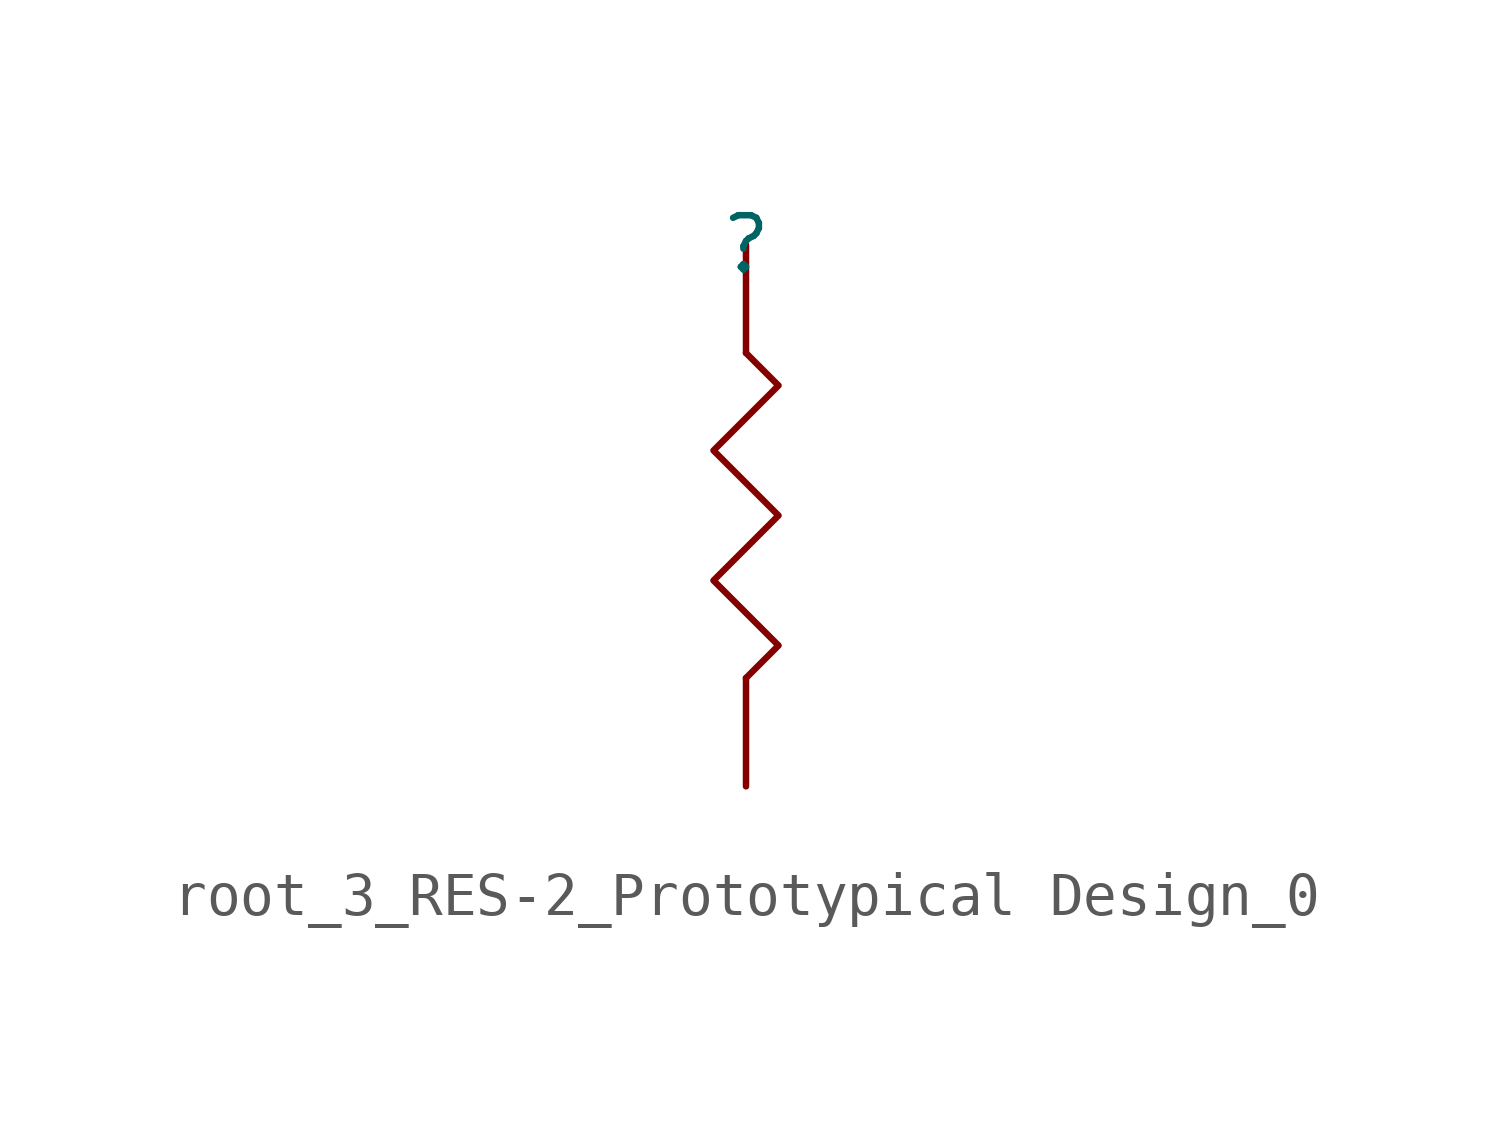
<source format=kicad_sym>
(kicad_symbol_lib
  (version 20241209)
  (generator "kicad_symbol_editor")
  (generator_version "9.0")
  (symbol "root_3_RES-2_Prototypical Design_0"
    (pin_numbers
      (hide yes))
    (pin_names
      (hide yes))
    (property "Reference" ""
      (at 0 0 0)
      (effects (font (size 1.27 1.27))))
    (property "Value" ""
      (at 0 0 0)
      (effects (font (size 1.27 1.27))))
    (symbol "root_3_RES-2_Prototypical Design_0_1_0"
      (polyline (pts (xy 0 -10.16) (xy 0.762 -9.398) (xy 0 -8.636) (xy -0.762 -7.874) (xy 0.762 -6.35) (xy -0.762 -4.826) (xy 0.762 -3.302) (xy 0 -2.54)) (stroke (width 0) (type solid)) (fill (type none)))
      (pin passive line (at 0 0 270) (length 2.54) (name "1" (effects (font (size 1.27 1.27)))) (number "1" (effects (font (size 1.27 1.27)))))
      (pin passive line (at 0 -12.7 90) (length 2.54) (name "2" (effects (font (size 1.27 1.27)))) (number "2" (effects (font (size 1.27 1.27))))))))
</source>
